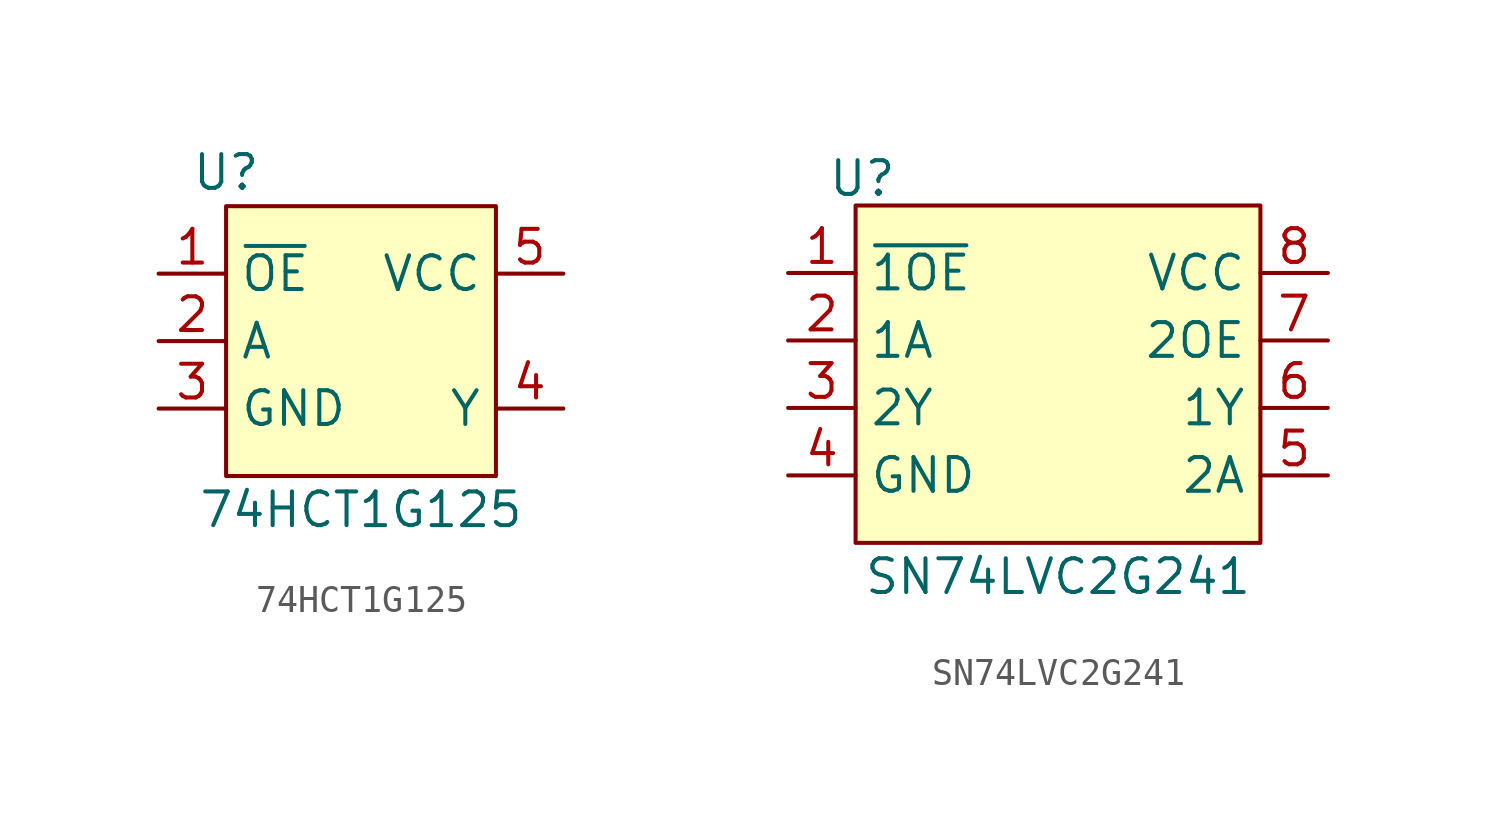
<source format=kicad_sym>
(kicad_symbol_lib
  (version 20231120)
  (generator "kicad_symbol_editor")
  (generator_version "8.0")
  (symbol "74HCT1G125"
    (property "Reference" "U"
      (at -5.08 6.35 0)
      (effects (font (size 1.27 1.27))))
    (property "Value" "74HCT1G125"
      (at 0 -6.35 0)
      (effects (font (size 1.27 1.27))))
    (symbol "74HCT1G125_1_1"
      (rectangle (start -5.08 5.08) (end 5.08 -5.08) (stroke (width 0) (type default)) (fill (type background)))
      (pin input line (at -7.62 2.54 0) (length 2.54) (name "~{OE}" (effects (font (size 1.27 1.27)))) (number "1" (effects (font (size 1.27 1.27)))))
      (pin input line (at -7.62 0 0) (length 2.54) (name "A" (effects (font (size 1.27 1.27)))) (number "2" (effects (font (size 1.27 1.27)))))
      (pin power_in line (at -7.62 -2.54 0) (length 2.54) (name "GND" (effects (font (size 1.27 1.27)))) (number "3" (effects (font (size 1.27 1.27)))))
      (pin tri_state line (at 7.62 -2.54 180) (length 2.54) (name "Y" (effects (font (size 1.27 1.27)))) (number "4" (effects (font (size 1.27 1.27)))))
      (pin power_in line (at 7.62 2.54 180) (length 2.54) (name "VCC" (effects (font (size 1.27 1.27)))) (number "5" (effects (font (size 1.27 1.27)))))))
  (symbol "SN74LVC2G241"
    (property "Reference" "U"
      (at -7.366 7.366 0)
      (effects (font (size 1.27 1.27))))
    (property "Value" "SN74LVC2G241"
      (at 0 -7.62 0)
      (effects (font (size 1.27 1.27))))
    (symbol "SN74LVC2G241_1_1"
      (rectangle (start -7.62 6.35) (end 7.62 -6.35) (stroke (width 0) (type default)) (fill (type background)))
      (pin input line (at -10.16 3.81 0) (length 2.54) (name "~{1OE}" (effects (font (size 1.27 1.27)))) (number "1" (effects (font (size 1.27 1.27)))))
      (pin input line (at -10.16 1.27 0) (length 2.54) (name "1A" (effects (font (size 1.27 1.27)))) (number "2" (effects (font (size 1.27 1.27)))))
      (pin output line (at -10.16 -1.27 0) (length 2.54) (name "2Y" (effects (font (size 1.27 1.27)))) (number "3" (effects (font (size 1.27 1.27)))))
      (pin power_in line (at -10.16 -3.81 0) (length 2.54) (name "GND" (effects (font (size 1.27 1.27)))) (number "4" (effects (font (size 1.27 1.27)))))
      (pin input line (at 10.16 -3.81 180) (length 2.54) (name "2A" (effects (font (size 1.27 1.27)))) (number "5" (effects (font (size 1.27 1.27)))))
      (pin output line (at 10.16 -1.27 180) (length 2.54) (name "1Y" (effects (font (size 1.27 1.27)))) (number "6" (effects (font (size 1.27 1.27)))))
      (pin input line (at 10.16 1.27 180) (length 2.54) (name "2OE" (effects (font (size 1.27 1.27)))) (number "7" (effects (font (size 1.27 1.27)))))
      (pin power_in line (at 10.16 3.81 180) (length 2.54) (name "VCC" (effects (font (size 1.27 1.27)))) (number "8" (effects (font (size 1.27 1.27))))))))
</source>
